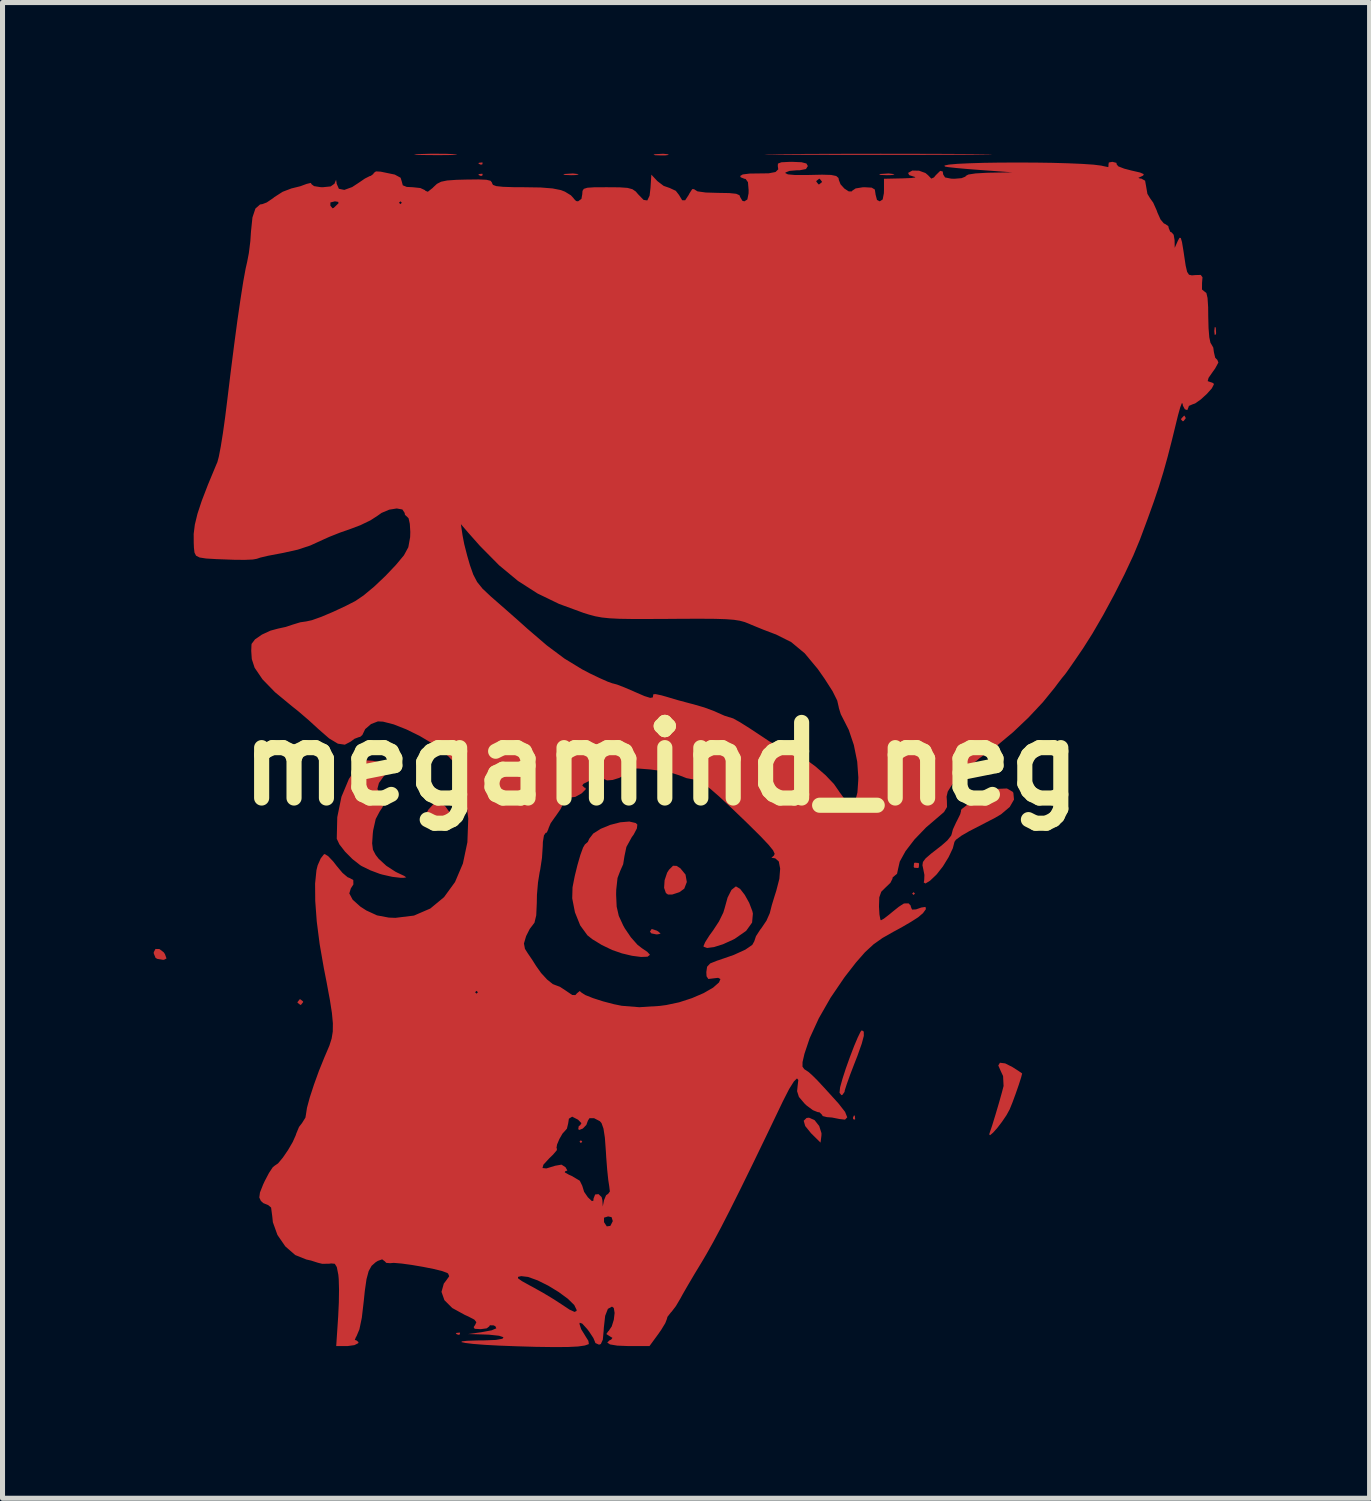
<source format=kicad_pcb>
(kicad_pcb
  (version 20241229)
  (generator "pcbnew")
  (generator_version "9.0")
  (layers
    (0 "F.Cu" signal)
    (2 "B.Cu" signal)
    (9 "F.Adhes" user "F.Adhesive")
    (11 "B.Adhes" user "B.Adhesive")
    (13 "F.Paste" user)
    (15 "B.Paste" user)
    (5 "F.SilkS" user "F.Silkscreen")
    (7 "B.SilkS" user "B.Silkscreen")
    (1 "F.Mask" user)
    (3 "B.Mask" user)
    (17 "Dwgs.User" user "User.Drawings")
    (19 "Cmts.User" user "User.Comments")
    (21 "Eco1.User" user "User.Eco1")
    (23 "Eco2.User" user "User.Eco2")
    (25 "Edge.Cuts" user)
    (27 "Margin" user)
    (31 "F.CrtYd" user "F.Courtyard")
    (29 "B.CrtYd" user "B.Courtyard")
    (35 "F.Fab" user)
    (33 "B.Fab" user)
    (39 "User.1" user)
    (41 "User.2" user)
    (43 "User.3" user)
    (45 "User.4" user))
  (footprint "megamind_neg"
    (layer "F.Cu")
    (at 10.07 12.106)
    (property "Reference" "megamind_neg" (at 0 0 0) (layer "F.SilkS") (effects (font (size 1.5 1.5) (thickness 0.3))))
    (attr board_only exclude_from_pos_files exclude_from_bom)
    (fp_poly (pts (xy -1.567 7.497) (xy -1.594 7.525) (xy -1.622 7.497) (xy -1.594 7.469)) (stroke (width 0) (type solid)) (fill yes) (layer "F.Cu"))
    (fp_poly (pts (xy 5.035 2.574) (xy 5.007 2.602) (xy 4.979 2.574) (xy 5.007 2.546)) (stroke (width 0) (type solid)) (fill yes) (layer "F.Cu"))
    (fp_poly (pts (xy -3.991 11.292) (xy -3.999 11.325) (xy -4.028 11.329) (xy -4.074 11.309) (xy -4.065 11.292) (xy -3.999 11.285)) (stroke (width 0) (type solid)) (fill yes) (layer "F.Cu"))
    (fp_poly (pts (xy -3.543 -11.926) (xy -3.551 -11.893) (xy -3.581 -11.889) (xy -3.627 -11.909) (xy -3.618 -11.926) (xy -3.552 -11.933)) (stroke (width 0) (type solid)) (fill yes) (layer "F.Cu"))
    (fp_poly (pts (xy -3.543 -11.702) (xy -3.551 -11.669) (xy -3.581 -11.665) (xy -3.627 -11.685) (xy -3.618 -11.702) (xy -3.552 -11.709)) (stroke (width 0) (type solid)) (fill yes) (layer "F.Cu"))
    (fp_poly (pts (xy 3.842 6.984) (xy 3.848 7.05) (xy 3.842 7.059) (xy 3.808 7.051) (xy 3.804 7.021) (xy 3.825 6.975)) (stroke (width 0) (type solid)) (fill yes) (layer "F.Cu"))
    (fp_poly (pts (xy 11.003 -8.658) (xy 11.01 -8.543) (xy 11.003 -8.518) (xy 10.982 -8.511) (xy 10.974 -8.588) (xy 10.983 -8.667)) (stroke (width 0) (type solid)) (fill yes) (layer "F.Cu"))
    (fp_poly (pts (xy -7.107 4.714) (xy -7.105 4.728) (xy -7.148 4.782) (xy -7.161 4.783) (xy -7.216 4.741) (xy -7.217 4.728) (xy -7.175 4.673) (xy -7.161 4.672)) (stroke (width 0) (type solid)) (fill yes) (layer "F.Cu"))
    (fp_poly (pts (xy -1.664 -11.704) (xy -1.638 -11.691) (xy -1.708 -11.682) (xy -1.79 -11.68) (xy -1.911 -11.685) (xy -1.945 -11.696) (xy -1.916 -11.704) (xy -1.753 -11.714)) (stroke (width 0) (type solid)) (fill yes) (layer "F.Cu"))
    (fp_poly (pts (xy -0.087 3.31) (xy -0.056 3.329) (xy -0.012 3.37) (xy -0.068 3.383) (xy -0.098 3.384) (xy -0.196 3.364) (xy -0.224 3.329) (xy -0.189 3.277)) (stroke (width 0) (type solid)) (fill yes) (layer "F.Cu"))
    (fp_poly (pts (xy 0.126 -12.096) (xy 0.152 -12.082) (xy 0.082 -12.073) (xy 0 -12.072) (xy -0.121 -12.076) (xy -0.154 -12.087) (xy -0.126 -12.096) (xy 0.037 -12.105)) (stroke (width 0) (type solid)) (fill yes) (layer "F.Cu"))
    (fp_poly (pts (xy 4.602 -11.704) (xy 4.628 -11.691) (xy 4.558 -11.682) (xy 4.476 -11.68) (xy 4.355 -11.685) (xy 4.322 -11.696) (xy 4.35 -11.704) (xy 4.513 -11.714)) (stroke (width 0) (type solid)) (fill yes) (layer "F.Cu"))
    (fp_poly (pts (xy 5.104 1.967) (xy 5.116 1.981) (xy 5.111 2.054) (xy 5.096 2.067) (xy 5.023 2.062) (xy 5.01 2.047) (xy 5.016 1.974) (xy 5.03 1.961)) (stroke (width 0) (type solid)) (fill yes) (layer "F.Cu"))
    (fp_poly (pts (xy 10.406 -6.866) (xy 10.406 -6.854) (xy 10.363 -6.8) (xy 10.347 -6.798) (xy 10.314 -6.832) (xy 10.322 -6.854) (xy 10.373 -6.907) (xy 10.381 -6.909)) (stroke (width 0) (type solid)) (fill yes) (layer "F.Cu"))
    (fp_poly (pts (xy 3.043 7.07) (xy 3.135 7.187) (xy 3.18 7.329) (xy 3.179 7.376) (xy 3.161 7.516) (xy 2.973 7.33) (xy 2.857 7.187) (xy 2.827 7.082) (xy 2.883 7.027) (xy 2.932 7.021)) (stroke (width 0) (type solid)) (fill yes) (layer "F.Cu"))
    (fp_poly (pts (xy -9.956 3.675) (xy -9.871 3.74) (xy -9.847 3.776) (xy -9.816 3.862) (xy -9.865 3.888) (xy -9.891 3.888) (xy -9.999 3.87) (xy -10.033 3.851) (xy -10.068 3.766) (xy -10.07 3.739) (xy -10.035 3.673)) (stroke (width 0) (type solid)) (fill yes) (layer "F.Cu"))
    (fp_poly (pts (xy -4.284 0.843) (xy -4.207 0.951) (xy -4.214 1.065) (xy -4.254 1.151) (xy -4.344 1.245) (xy -4.465 1.237) (xy -4.589 1.157) (xy -4.672 1.08) (xy -4.68 1.014) (xy -4.618 0.906) (xy -4.617 0.905) (xy -4.504 0.782) (xy -4.392 0.768)) (stroke (width 0) (type solid)) (fill yes) (layer "F.Cu"))
    (fp_poly (pts (xy -4.269 -12.104) (xy -4.126 -12.098) (xy -4.047 -12.091) (xy -4.071 -12.085) (xy -4.189 -12.08) (xy -4.392 -12.078) (xy -4.476 -12.078) (xy -4.704 -12.08) (xy -4.851 -12.083) (xy -4.907 -12.089) (xy -4.863 -12.096) (xy -4.825 -12.098) (xy -4.559 -12.106)) (stroke (width 0) (type solid)) (fill yes) (layer "F.Cu"))
    (fp_poly (pts (xy 0.305 2.025) (xy 0.378 2.071) (xy 0.482 2.197) (xy 0.508 2.345) (xy 0.457 2.477) (xy 0.36 2.547) (xy 0.216 2.594) (xy 0.134 2.593) (xy 0.093 2.564) (xy 0.057 2.461) (xy 0.067 2.31) (xy 0.117 2.16) (xy 0.154 2.102) (xy 0.234 2.022)) (stroke (width 0) (type solid)) (fill yes) (layer "F.Cu"))
    (fp_poly (pts (xy 4.019 5.313) (xy 4.02 5.398) (xy 3.978 5.555) (xy 3.893 5.795) (xy 3.832 5.951) (xy 3.747 6.172) (xy 3.681 6.357) (xy 3.642 6.479) (xy 3.637 6.51) (xy 3.594 6.57) (xy 3.575 6.574) (xy 3.538 6.527) (xy 3.549 6.42) (xy 3.597 6.248) (xy 3.665 6.038) (xy 3.745 5.815) (xy 3.826 5.603) (xy 3.9 5.428) (xy 3.955 5.315) (xy 3.98 5.287)) (stroke (width 0) (type solid)) (fill yes) (layer "F.Cu"))
    (fp_poly (pts (xy 1.565 2.481) (xy 1.658 2.601) (xy 1.746 2.759) (xy 1.808 2.922) (xy 1.819 2.972) (xy 1.803 3.15) (xy 1.685 3.314) (xy 1.46 3.471) (xy 1.419 3.492) (xy 1.225 3.58) (xy 1.047 3.636) (xy 0.911 3.654) (xy 0.843 3.63) (xy 0.839 3.616) (xy 0.871 3.54) (xy 0.953 3.41) (xy 1.03 3.304) (xy 1.146 3.127) (xy 1.232 2.951) (xy 1.257 2.869) (xy 1.317 2.653) (xy 1.394 2.501) (xy 1.476 2.435) (xy 1.487 2.434)) (stroke (width 0) (type solid)) (fill yes) (layer "F.Cu"))
    (fp_poly (pts (xy 5.026 -12.104) (xy 5.657 -12.102) (xy 6.14 -12.099) (xy 6.39 -12.096) (xy 6.532 -12.094) (xy 6.569 -12.091) (xy 6.507 -12.089) (xy 6.349 -12.087) (xy 6.098 -12.086) (xy 5.76 -12.085) (xy 5.337 -12.084) (xy 4.834 -12.083) (xy 4.308 -12.083) (xy 3.735 -12.083) (xy 3.239 -12.084) (xy 2.823 -12.085) (xy 2.492 -12.086) (xy 2.249 -12.088) (xy 2.099 -12.089) (xy 2.046 -12.092) (xy 2.092 -12.094) (xy 2.244 -12.096) (xy 2.476 -12.099) (xy 3.041 -12.102) (xy 3.68 -12.104) (xy 4.354 -12.105)) (stroke (width 0) (type solid)) (fill yes) (layer "F.Cu"))
    (fp_poly (pts (xy 6.825 5.944) (xy 6.966 6.015) (xy 7.087 6.092) (xy 7.155 6.139) (xy 7.161 6.145) (xy 7.141 6.224) (xy 7.094 6.371) (xy 7.032 6.549) (xy 6.969 6.72) (xy 6.917 6.848) (xy 6.915 6.854) (xy 6.851 6.971) (xy 6.763 7.101) (xy 6.669 7.224) (xy 6.584 7.319) (xy 6.525 7.369) (xy 6.508 7.353) (xy 6.515 7.329) (xy 6.567 7.174) (xy 6.633 6.959) (xy 6.702 6.726) (xy 6.76 6.519) (xy 6.793 6.392) (xy 6.783 6.195) (xy 6.74 6.103) (xy 6.688 5.985) (xy 6.721 5.931)) (stroke (width 0) (type solid)) (fill yes) (layer "F.Cu"))
    (fp_poly (pts (xy 6.974 0.555) (xy 6.987 0.575) (xy 7 0.709) (xy 6.915 0.856) (xy 6.742 1.002) (xy 6.617 1.075) (xy 6.443 1.165) (xy 6.231 1.275) (xy 6.112 1.336) (xy 5.955 1.427) (xy 5.848 1.506) (xy 5.819 1.547) (xy 5.786 1.675) (xy 5.702 1.852) (xy 5.588 2.037) (xy 5.464 2.195) (xy 5.463 2.196) (xy 5.334 2.319) (xy 5.244 2.374) (xy 5.209 2.355) (xy 5.218 2.308) (xy 5.222 2.204) (xy 5.2 2.091) (xy 5.183 2.012) (xy 5.193 1.947) (xy 5.245 1.877) (xy 5.356 1.781) (xy 5.54 1.638) (xy 5.553 1.629) (xy 5.678 1.519) (xy 5.753 1.424) (xy 5.763 1.394) (xy 5.788 1.299) (xy 5.853 1.159) (xy 5.873 1.121) (xy 5.933 0.999) (xy 5.951 0.929) (xy 5.944 0.923) (xy 5.965 0.895) (xy 6.06 0.822) (xy 6.204 0.721) (xy 6.46 0.575) (xy 6.684 0.496) (xy 6.86 0.489)) (stroke (width 0) (type solid)) (fill yes) (layer "F.Cu"))
    (fp_poly (pts (xy -5.723 -0.06) (xy -5.703 -0.057) (xy -5.504 -0.01) (xy -5.408 0.044) (xy -5.407 0.12) (xy -5.49 0.23) (xy -5.505 0.246) (xy -5.601 0.38) (xy -5.632 0.498) (xy -5.595 0.574) (xy -5.541 0.587) (xy -5.49 0.63) (xy -5.488 0.733) (xy -5.528 0.858) (xy -5.587 0.947) (xy -5.665 1.094) (xy -5.716 1.321) (xy -5.723 1.385) (xy -5.736 1.578) (xy -5.72 1.704) (xy -5.665 1.809) (xy -5.607 1.883) (xy -5.456 2.022) (xy -5.271 2.142) (xy -5.233 2.161) (xy -5.099 2.224) (xy -5.059 2.253) (xy -5.107 2.261) (xy -5.175 2.261) (xy -5.337 2.242) (xy -5.532 2.198) (xy -5.582 2.184) (xy -5.771 2.113) (xy -5.941 2.03) (xy -5.974 2.01) (xy -6.127 1.89) (xy -6.273 1.743) (xy -6.385 1.599) (xy -6.437 1.489) (xy -6.438 1.483) (xy -6.428 1.059) (xy -6.345 0.654) (xy -6.196 0.298) (xy -6.057 0.092) (xy -5.947 -0.025) (xy -5.851 -0.069)) (stroke (width 0) (type solid)) (fill yes) (layer "F.Cu"))
    (fp_poly (pts (xy -0.507 1.174) (xy -0.474 1.205) (xy -0.483 1.282) (xy -0.547 1.404) (xy -0.583 1.453) (xy -0.691 1.649) (xy -0.729 1.829) (xy -0.755 1.993) (xy -0.813 2.123) (xy -0.867 2.265) (xy -0.893 2.501) (xy -0.895 2.598) (xy -0.884 2.834) (xy -0.842 3.017) (xy -0.755 3.206) (xy -0.723 3.264) (xy -0.602 3.442) (xy -0.471 3.59) (xy -0.388 3.655) (xy -0.277 3.73) (xy -0.225 3.787) (xy -0.224 3.79) (xy -0.272 3.827) (xy -0.399 3.832) (xy -0.578 3.809) (xy -0.78 3.761) (xy -0.973 3.694) (xy -1.179 3.595) (xy -1.367 3.48) (xy -1.464 3.403) (xy -1.607 3.207) (xy -1.712 2.946) (xy -1.766 2.669) (xy -1.76 2.451) (xy -1.716 2.227) (xy -1.661 2.004) (xy -1.604 1.807) (xy -1.551 1.662) (xy -1.512 1.596) (xy -1.507 1.594) (xy -1.456 1.549) (xy -1.428 1.486) (xy -1.349 1.383) (xy -1.2 1.289) (xy -1.011 1.211) (xy -0.812 1.16) (xy -0.634 1.145)) (stroke (width 0) (type solid)) (fill yes) (layer "F.Cu"))
    (fp_poly (pts (xy 9.032 -11.925) (xy 9.038 -11.893) (xy 9.07 -11.855) (xy 9.186 -11.81) (xy 9.328 -11.773) (xy 9.501 -11.733) (xy 9.575 -11.701) (xy 9.562 -11.672) (xy 9.539 -11.661) (xy 9.467 -11.627) (xy 9.498 -11.614) (xy 9.525 -11.613) (xy 9.601 -11.571) (xy 9.623 -11.448) (xy 9.647 -11.309) (xy 9.698 -11.225) (xy 9.762 -11.135) (xy 9.829 -10.986) (xy 9.846 -10.938) (xy 9.908 -10.8) (xy 9.975 -10.721) (xy 9.996 -10.714) (xy 10.062 -10.669) (xy 10.07 -10.63) (xy 10.101 -10.556) (xy 10.126 -10.546) (xy 10.168 -10.498) (xy 10.186 -10.392) (xy 10.189 -10.238) (xy 10.251 -10.378) (xy 10.284 -10.438) (xy 10.309 -10.434) (xy 10.333 -10.353) (xy 10.362 -10.179) (xy 10.374 -10.098) (xy 10.406 -9.886) (xy 10.435 -9.762) (xy 10.472 -9.705) (xy 10.53 -9.692) (xy 10.595 -9.698) (xy 10.705 -9.701) (xy 10.74 -9.654) (xy 10.731 -9.544) (xy 10.73 -9.412) (xy 10.78 -9.371) (xy 10.817 -9.342) (xy 10.84 -9.244) (xy 10.852 -9.061) (xy 10.854 -8.871) (xy 10.86 -8.645) (xy 10.875 -8.463) (xy 10.898 -8.354) (xy 10.91 -8.336) (xy 10.954 -8.259) (xy 10.966 -8.17) (xy 10.992 -8.058) (xy 11.035 -8.014) (xy 11.055 -7.962) (xy 10.99 -7.843) (xy 10.949 -7.786) (xy 10.86 -7.658) (xy 10.843 -7.594) (xy 10.879 -7.581) (xy 10.955 -7.554) (xy 10.966 -7.529) (xy 10.925 -7.45) (xy 10.827 -7.34) (xy 10.705 -7.229) (xy 10.594 -7.151) (xy 10.542 -7.133) (xy 10.47 -7.102) (xy 10.462 -7.077) (xy 10.439 -7.019) (xy 10.39 -7.035) (xy 10.351 -7.107) (xy 10.345 -7.147) (xy 10.331 -7.158) (xy 10.299 -7.076) (xy 10.255 -6.919) (xy 10.239 -6.854) (xy 10.136 -6.433) (xy 10.047 -6.087) (xy 9.963 -5.786) (xy 9.875 -5.5) (xy 9.773 -5.198) (xy 9.648 -4.851) (xy 9.498 -4.448) (xy 9.368 -4.135) (xy 9.192 -3.76) (xy 8.988 -3.357) (xy 8.771 -2.955) (xy 8.558 -2.588) (xy 8.372 -2.294) (xy 8.231 -2.087) (xy 8.112 -1.915) (xy 8.031 -1.8) (xy 8.001 -1.762) (xy 7.953 -1.704) (xy 7.864 -1.588) (xy 7.807 -1.511) (xy 7.572 -1.222) (xy 7.285 -0.916) (xy 6.978 -0.625) (xy 6.683 -0.379) (xy 6.535 -0.273) (xy 6.309 -0.106) (xy 6.079 0.089) (xy 5.9 0.266) (xy 5.759 0.432) (xy 5.685 0.551) (xy 5.662 0.653) (xy 5.668 0.728) (xy 5.671 0.857) (xy 5.612 0.956) (xy 5.519 1.036) (xy 5.255 1.262) (xy 5.025 1.501) (xy 4.847 1.733) (xy 4.733 1.94) (xy 4.7 2.084) (xy 4.679 2.182) (xy 4.644 2.21) (xy 4.592 2.254) (xy 4.588 2.281) (xy 4.547 2.362) (xy 4.451 2.454) (xy 4.366 2.538) (xy 4.327 2.648) (xy 4.321 2.826) (xy 4.321 2.831) (xy 4.33 2.989) (xy 4.348 3.088) (xy 4.359 3.105) (xy 4.418 3.072) (xy 4.528 2.987) (xy 4.588 2.937) (xy 4.713 2.837) (xy 4.804 2.777) (xy 4.825 2.77) (xy 4.909 2.769) (xy 4.95 2.814) (xy 4.954 2.839) (xy 4.977 2.892) (xy 5.056 2.888) (xy 5.161 2.851) (xy 5.244 2.839) (xy 5.252 2.883) (xy 5.193 2.964) (xy 5.096 3.046) (xy 4.957 3.135) (xy 4.765 3.247) (xy 4.606 3.333) (xy 4.391 3.455) (xy 4.212 3.582) (xy 4.044 3.737) (xy 3.865 3.941) (xy 3.652 4.215) (xy 3.629 4.246) (xy 3.361 4.64) (xy 3.127 5.049) (xy 2.946 5.443) (xy 2.842 5.753) (xy 2.804 5.918) (xy 2.803 6.009) (xy 2.84 6.06) (xy 2.869 6.078) (xy 2.924 6.115) (xy 2.994 6.177) (xy 3.095 6.277) (xy 3.238 6.431) (xy 3.437 6.65) (xy 3.518 6.74) (xy 3.648 6.906) (xy 3.691 7.014) (xy 3.647 7.06) (xy 3.539 7.048) (xy 3.389 7.018) (xy 3.287 7.01) (xy 3.204 6.989) (xy 3.189 6.962) (xy 3.143 6.916) (xy 3.101 6.909) (xy 3.009 6.872) (xy 2.884 6.779) (xy 2.842 6.739) (xy 2.732 6.609) (xy 2.696 6.496) (xy 2.705 6.404) (xy 2.72 6.274) (xy 2.694 6.242) (xy 2.632 6.303) (xy 2.538 6.453) (xy 2.419 6.686) (xy 2.412 6.7) (xy 2.09 7.372) (xy 1.81 7.951) (xy 1.568 8.445) (xy 1.36 8.861) (xy 1.182 9.208) (xy 1.029 9.494) (xy 0.898 9.727) (xy 0.811 9.875) (xy 0.666 10.114) (xy 0.532 10.341) (xy 0.426 10.525) (xy 0.378 10.613) (xy 0.291 10.76) (xy 0.208 10.869) (xy 0.192 10.885) (xy 0.123 10.974) (xy 0.112 11.017) (xy 0.081 11.097) (xy 0.001 11.229) (xy -0.061 11.318) (xy -0.233 11.553) (xy -0.648 11.553) (xy -0.872 11.544) (xy -1.016 11.52) (xy -1.071 11.483) (xy -1.027 11.439) (xy -0.993 11.424) (xy -0.968 11.39) (xy -1.023 11.357) (xy -1.089 11.314) (xy -1.053 11.261) (xy -1.043 11.253) (xy -0.982 11.163) (xy -0.941 11.031) (xy -0.925 10.896) (xy -0.941 10.797) (xy -0.977 10.77) (xy -1.058 10.814) (xy -1.112 10.952) (xy -1.139 11.191) (xy -1.142 11.245) (xy -1.159 11.426) (xy -1.198 11.512) (xy -1.234 11.525) (xy -1.306 11.493) (xy -1.315 11.468) (xy -1.347 11.392) (xy -1.428 11.269) (xy -1.468 11.216) (xy -1.567 11.107) (xy -1.617 11.09) (xy -1.622 11.112) (xy -1.589 11.217) (xy -1.51 11.345) (xy -1.51 11.346) (xy -1.445 11.45) (xy -1.436 11.512) (xy -1.44 11.515) (xy -1.517 11.542) (xy -1.65 11.561) (xy -1.848 11.571) (xy -2.124 11.573) (xy -2.491 11.568) (xy -2.863 11.557) (xy -3.212 11.544) (xy -3.504 11.528) (xy -3.732 11.51) (xy -3.888 11.491) (xy -3.965 11.474) (xy -3.955 11.459) (xy -3.852 11.448) (xy -3.648 11.441) (xy -3.52 11.44) (xy -3.28 11.431) (xy -3.15 11.407) (xy -3.13 11.377) (xy -3.218 11.348) (xy -3.415 11.327) (xy -3.525 11.323) (xy -3.832 11.314) (xy -3.569 11.278) (xy -3.365 11.24) (xy -3.272 11.201) (xy -3.291 11.159) (xy -3.326 11.142) (xy -3.4 11.14) (xy -3.413 11.163) (xy -3.462 11.201) (xy -3.58 11.217) (xy -3.587 11.217) (xy -3.701 11.21) (xy -3.722 11.177) (xy -3.693 11.134) (xy -3.668 11.079) (xy -3.708 11.028) (xy -3.831 10.964) (xy -3.896 10.935) (xy -4.146 10.798) (xy -4.302 10.642) (xy -4.36 10.477) (xy -4.314 10.313) (xy -4.268 10.253) (xy -4.216 10.18) (xy -2.842 10.18) (xy -2.841 10.209) (xy -2.762 10.265) (xy -2.596 10.357) (xy -2.567 10.372) (xy -2.348 10.494) (xy -2.132 10.624) (xy -1.986 10.719) (xy -1.817 10.831) (xy -1.72 10.875) (xy -1.681 10.857) (xy -1.678 10.837) (xy -1.726 10.738) (xy -1.853 10.614) (xy -2.034 10.481) (xy -2.242 10.354) (xy -2.453 10.249) (xy -2.642 10.181) (xy -2.778 10.165) (xy -2.842 10.18) (xy -4.216 10.18) (xy -4.207 10.167) (xy -4.229 10.114) (xy -4.248 10.101) (xy -4.345 10.065) (xy -4.515 10.023) (xy -4.726 9.981) (xy -4.949 9.943) (xy -5.152 9.915) (xy -5.307 9.902) (xy -5.38 9.908) (xy -5.456 9.902) (xy -5.484 9.872) (xy -5.537 9.832) (xy -5.624 9.863) (xy -5.667 9.89) (xy -5.747 9.961) (xy -5.805 10.065) (xy -5.848 10.226) (xy -5.882 10.463) (xy -5.902 10.658) (xy -5.941 10.992) (xy -5.989 11.222) (xy -6.047 11.36) (xy -6.056 11.371) (xy -6.08 11.431) (xy -6.046 11.441) (xy -6.006 11.475) (xy -6.014 11.497) (xy -6.088 11.534) (xy -6.225 11.553) (xy -6.249 11.553) (xy -6.449 11.553) (xy -6.41 10.967) (xy -6.397 10.692) (xy -6.393 10.431) (xy -6.399 10.221) (xy -6.407 10.137) (xy -6.437 9.986) (xy -6.477 9.92) (xy -6.55 9.913) (xy -6.578 9.918) (xy -6.725 9.921) (xy -6.811 9.9) (xy -6.948 9.856) (xy -7.041 9.835) (xy -7.261 9.747) (xy -7.459 9.575) (xy -7.615 9.348) (xy -7.706 9.095) (xy -7.715 9.005) (xy -1.135 9.005) (xy -1.135 9.094) (xy -1.08 9.178) (xy -1.009 9.168) (xy -0.961 9.073) (xy -0.985 8.995) (xy -1.054 8.98) (xy -1.135 9.005) (xy -7.715 9.005) (xy -7.721 8.954) (xy -7.741 8.804) (xy -7.798 8.756) (xy -7.896 8.716) (xy -7.944 8.672) (xy -7.975 8.605) (xy -7.962 8.506) (xy -7.9 8.349) (xy -7.868 8.28) (xy -7.783 8.118) (xy -7.718 8.02) (xy -2.356 8.02) (xy -2.279 8.028) (xy -2.108 7.976) (xy -2.106 7.975) (xy -1.979 7.953) (xy -1.9 8.003) (xy -1.862 8.069) (xy -1.909 8.087) (xy -1.913 8.107) (xy -1.831 8.153) (xy -1.776 8.177) (xy -1.616 8.272) (xy -1.567 8.372) (xy -1.53 8.492) (xy -1.455 8.601) (xy -1.376 8.676) (xy -1.346 8.668) (xy -1.343 8.626) (xy -1.311 8.545) (xy -1.244 8.538) (xy -1.183 8.596) (xy -1.167 8.658) (xy -1.16 8.784) (xy -1.135 8.658) (xy -1.094 8.56) (xy -1.053 8.532) (xy -1.019 8.485) (xy -1.032 8.378) (xy -1.051 8.255) (xy -1.072 8.054) (xy -1.091 7.811) (xy -1.098 7.693) (xy -1.118 7.418) (xy -1.146 7.237) (xy -1.184 7.13) (xy -1.217 7.091) (xy -1.333 7.031) (xy -1.424 7.031) (xy -1.455 7.081) (xy -1.486 7.165) (xy -1.556 7.237) (xy -1.625 7.264) (xy -1.647 7.25) (xy -1.636 7.188) (xy -1.609 7.172) (xy -1.583 7.13) (xy -1.65 7.061) (xy -1.767 7.001) (xy -1.832 7.041) (xy -1.846 7.133) (xy -1.871 7.238) (xy -1.899 7.271) (xy -1.959 7.337) (xy -2.021 7.445) (xy -2.067 7.554) (xy -2.079 7.626) (xy -2.067 7.637) (xy -2.074 7.67) (xy -2.148 7.756) (xy -2.225 7.831) (xy -2.338 7.954) (xy -2.356 8.02) (xy -7.718 8.02) (xy -7.709 8.006) (xy -7.668 7.972) (xy -7.603 7.928) (xy -7.508 7.814) (xy -7.404 7.662) (xy -7.311 7.502) (xy -7.25 7.365) (xy -7.243 7.34) (xy -7.187 7.205) (xy -7.128 7.129) (xy -7.06 7.02) (xy -7.049 6.956) (xy -7.029 6.825) (xy -6.973 6.618) (xy -6.89 6.364) (xy -6.791 6.09) (xy -6.683 5.823) (xy -6.646 5.737) (xy -6.583 5.588) (xy -6.54 5.452) (xy -6.517 5.312) (xy -6.515 5.149) (xy -6.534 4.944) (xy -6.575 4.68) (xy -6.603 4.532) (xy -3.693 4.532) (xy -3.665 4.56) (xy -3.637 4.532) (xy -3.665 4.504) (xy -3.693 4.532) (xy -6.603 4.532) (xy -6.639 4.336) (xy -6.694 4.056) (xy -6.777 3.58) (xy -6.779 3.565) (xy -2.724 3.565) (xy -2.704 3.67) (xy -2.65 3.756) (xy -2.555 3.896) (xy -2.483 4.01) (xy -2.383 4.151) (xy -2.263 4.281) (xy -2.152 4.37) (xy -2.096 4.392) (xy -2.01 4.424) (xy -1.889 4.503) (xy -1.876 4.512) (xy -1.766 4.587) (xy -1.703 4.588) (xy -1.673 4.554) (xy -1.617 4.508) (xy -1.581 4.54) (xy -1.506 4.588) (xy -1.353 4.649) (xy -1.154 4.713) (xy -0.94 4.769) (xy -0.783 4.801) (xy -0.434 4.829) (xy -0.026 4.803) (xy 0.1 4.786) (xy 0.355 4.732) (xy 0.61 4.649) (xy 0.842 4.549) (xy 1.029 4.441) (xy 1.146 4.338) (xy 1.175 4.27) (xy 1.129 4.246) (xy 1.035 4.257) (xy 0.935 4.269) (xy 0.899 4.215) (xy 0.895 4.132) (xy 0.91 4.026) (xy 0.972 3.96) (xy 1.112 3.904) (xy 1.133 3.898) (xy 1.441 3.791) (xy 1.669 3.687) (xy 1.807 3.592) (xy 1.846 3.522) (xy 1.88 3.42) (xy 1.965 3.289) (xy 1.986 3.263) (xy 2.088 3.112) (xy 2.154 2.963) (xy 2.158 2.947) (xy 2.194 2.805) (xy 2.252 2.615) (xy 2.283 2.518) (xy 2.344 2.281) (xy 2.36 2.08) (xy 2.333 1.938) (xy 2.262 1.875) (xy 2.248 1.873) (xy 2.187 1.864) (xy 2.23 1.825) (xy 2.236 1.821) (xy 2.251 1.785) (xy 2.219 1.716) (xy 2.129 1.605) (xy 1.975 1.442) (xy 1.747 1.216) (xy 1.694 1.164) (xy 1.392 0.874) (xy 1.156 0.654) (xy 0.976 0.497) (xy 0.841 0.394) (xy 0.738 0.334) (xy 0.658 0.31) (xy 0.629 0.308) (xy 0.502 0.284) (xy 0.358 0.228) (xy 0.223 0.185) (xy 0.018 0.143) (xy -0.215 0.112) (xy -0.238 0.11) (xy -0.46 0.093) (xy -0.593 0.094) (xy -0.656 0.114) (xy -0.671 0.152) (xy -0.718 0.216) (xy -0.83 0.278) (xy -0.964 0.32) (xy -1.076 0.329) (xy -1.119 0.308) (xy -1.186 0.29) (xy -1.309 0.307) (xy -1.443 0.346) (xy -1.542 0.395) (xy -1.567 0.429) (xy -1.523 0.473) (xy -1.503 0.476) (xy -1.497 0.504) (xy -1.566 0.574) (xy -1.582 0.588) (xy -1.705 0.656) (xy -1.806 0.668) (xy -1.808 0.667) (xy -1.89 0.685) (xy -1.933 0.765) (xy -1.997 0.898) (xy -2.098 1.044) (xy -2.106 1.053) (xy -2.194 1.179) (xy -2.237 1.281) (xy -2.238 1.291) (xy -2.27 1.363) (xy -2.294 1.371) (xy -2.327 1.421) (xy -2.348 1.549) (xy -2.351 1.636) (xy -2.366 1.867) (xy -2.402 2.104) (xy -2.413 2.154) (xy -2.445 2.353) (xy -2.466 2.598) (xy -2.469 2.765) (xy -2.48 3.006) (xy -2.515 3.152) (xy -2.539 3.184) (xy -2.609 3.276) (xy -2.68 3.417) (xy -2.683 3.426) (xy -2.724 3.565) (xy -6.779 3.565) (xy -6.835 3.128) (xy -6.865 2.721) (xy -6.868 2.376) (xy -6.841 2.111) (xy -6.817 2.014) (xy -6.756 1.876) (xy -6.694 1.797) (xy -6.676 1.79) (xy -6.608 1.832) (xy -6.506 1.94) (xy -6.438 2.028) (xy -6.325 2.163) (xy -6.224 2.249) (xy -6.182 2.266) (xy -6.11 2.305) (xy -6.108 2.393) (xy -6.159 2.472) (xy -6.189 2.571) (xy -6.123 2.695) (xy -5.971 2.832) (xy -5.852 2.909) (xy -5.639 3.007) (xy -5.405 3.051) (xy -5.275 3.056) (xy -4.906 3.011) (xy -4.582 2.871) (xy -4.309 2.645) (xy -4.091 2.345) (xy -3.935 1.978) (xy -3.846 1.555) (xy -3.829 1.086) (xy -3.889 0.582) (xy -3.945 0.325) (xy -4.003 0.143) (xy -4.085 0.002) (xy -4.209 -0.134) (xy -4.344 -0.256) (xy -4.547 -0.408) (xy -4.795 -0.555) (xy -5.058 -0.684) (xy -5.309 -0.783) (xy -5.519 -0.837) (xy -5.621 -0.842) (xy -5.757 -0.79) (xy -5.874 -0.689) (xy -5.928 -0.577) (xy -5.929 -0.573) (xy -5.975 -0.534) (xy -5.996 -0.531) (xy -6.086 -0.497) (xy -6.162 -0.441) (xy -6.278 -0.38) (xy -6.416 -0.4) (xy -6.589 -0.504) (xy -6.798 -0.686) (xy -6.989 -0.861) (xy -7.194 -1.037) (xy -7.329 -1.145) (xy -7.662 -1.42) (xy -7.911 -1.676) (xy -8.068 -1.907) (xy -8.124 -2.078) (xy -8.135 -2.242) (xy -8.13 -2.367) (xy -8.127 -2.381) (xy -8.06 -2.47) (xy -7.922 -2.565) (xy -7.753 -2.643) (xy -7.604 -2.683) (xy -7.449 -2.717) (xy -7.311 -2.763) (xy -7.16 -2.809) (xy -7.047 -2.825) (xy -6.932 -2.85) (xy -6.744 -2.917) (xy -6.51 -3.016) (xy -6.254 -3.136) (xy -6.07 -3.23) (xy -5.905 -3.342) (xy -5.697 -3.515) (xy -5.474 -3.726) (xy -5.264 -3.947) (xy -5.105 -4.138) (xy -5.018 -4.298) (xy -4.982 -4.498) (xy -4.979 -4.6) (xy -4.988 -4.756) (xy -3.975 -4.756) (xy -3.942 -4.532) (xy -3.908 -4.357) (xy -3.85 -4.131) (xy -3.796 -3.944) (xy -3.729 -3.754) (xy -3.653 -3.609) (xy -3.545 -3.475) (xy -3.379 -3.319) (xy -3.309 -3.258) (xy -3.094 -3.07) (xy -2.869 -2.872) (xy -2.679 -2.702) (xy -2.657 -2.682) (xy -2.27 -2.35) (xy -1.919 -2.088) (xy -1.573 -1.877) (xy -1.417 -1.795) (xy -1.221 -1.701) (xy -1.061 -1.63) (xy -0.965 -1.596) (xy -0.954 -1.594) (xy -0.876 -1.573) (xy -0.727 -1.515) (xy -0.54 -1.435) (xy -0.53 -1.43) (xy -0.334 -1.345) (xy -0.219 -1.309) (xy -0.167 -1.318) (xy -0.158 -1.371) (xy -0.159 -1.379) (xy -0.114 -1.384) (xy 0.005 -1.359) (xy 0.1 -1.332) (xy 0.325 -1.265) (xy 0.571 -1.199) (xy 0.645 -1.18) (xy 0.854 -1.119) (xy 1.051 -1.046) (xy 1.115 -1.017) (xy 1.255 -0.955) (xy 1.355 -0.923) (xy 1.365 -0.922) (xy 1.432 -0.899) (xy 1.561 -0.827) (xy 1.761 -0.701) (xy 2.041 -0.516) (xy 2.121 -0.462) (xy 2.253 -0.381) (xy 2.35 -0.331) (xy 2.452 -0.29) (xy 2.607 -0.227) (xy 2.668 -0.202) (xy 2.849 -0.103) (xy 3.056 0.048) (xy 3.259 0.224) (xy 3.427 0.4) (xy 3.529 0.547) (xy 3.531 0.552) (xy 3.623 0.677) (xy 3.713 0.742) (xy 3.8 0.758) (xy 3.858 0.704) (xy 3.893 0.568) (xy 3.909 0.335) (xy 3.911 0.268) (xy 3.889 -0.043) (xy 3.822 -0.374) (xy 3.721 -0.674) (xy 3.639 -0.836) (xy 3.563 -0.984) (xy 3.524 -1.11) (xy 3.522 -1.126) (xy 3.492 -1.256) (xy 3.401 -1.439) (xy 3.243 -1.686) (xy 3.106 -1.882) (xy 2.847 -2.193) (xy 2.58 -2.415) (xy 2.277 -2.567) (xy 2.246 -2.578) (xy 2.026 -2.662) (xy 1.798 -2.755) (xy 1.743 -2.779) (xy 1.657 -2.813) (xy 1.562 -2.839) (xy 1.442 -2.858) (xy 1.283 -2.87) (xy 1.067 -2.877) (xy 0.78 -2.879) (xy 0.404 -2.878) (xy 0.177 -2.876) (xy -0.248 -2.874) (xy -0.578 -2.874) (xy -0.831 -2.878) (xy -1.026 -2.888) (xy -1.179 -2.904) (xy -1.309 -2.928) (xy -1.433 -2.961) (xy -1.539 -2.994) (xy -2.027 -3.173) (xy -2.454 -3.38) (xy -2.842 -3.629) (xy -3.215 -3.938) (xy -3.596 -4.323) (xy -3.831 -4.588) (xy -3.975 -4.756) (xy -4.988 -4.756) (xy -4.989 -4.764) (xy -5.013 -4.872) (xy -5.035 -4.895) (xy -5.085 -4.941) (xy -5.091 -4.979) (xy -5.136 -5.047) (xy -5.248 -5.067) (xy -5.397 -5.043) (xy -5.549 -4.979) (xy -5.628 -4.923) (xy -5.768 -4.832) (xy -5.969 -4.735) (xy -6.154 -4.665) (xy -6.376 -4.587) (xy -6.585 -4.504) (xy -6.714 -4.446) (xy -6.963 -4.332) (xy -7.211 -4.25) (xy -7.507 -4.184) (xy -7.608 -4.165) (xy -7.803 -4.128) (xy -7.955 -4.092) (xy -8.026 -4.068) (xy -8.105 -4.054) (xy -8.265 -4.047) (xy -8.475 -4.049) (xy -8.531 -4.051) (xy -8.828 -4.062) (xy -9.031 -4.074) (xy -9.159 -4.094) (xy -9.23 -4.13) (xy -9.261 -4.192) (xy -9.272 -4.286) (xy -9.276 -4.386) (xy -9.277 -4.562) (xy -9.254 -4.747) (xy -9.202 -4.961) (xy -9.117 -5.219) (xy -8.993 -5.541) (xy -8.826 -5.943) (xy -8.807 -5.986) (xy -8.778 -6.095) (xy -8.74 -6.293) (xy -8.697 -6.561) (xy -8.653 -6.875) (xy -8.614 -7.189) (xy -8.543 -7.772) (xy -8.474 -8.314) (xy -8.409 -8.802) (xy -8.347 -9.226) (xy -8.293 -9.571) (xy -8.246 -9.828) (xy -8.216 -9.959) (xy -8.182 -10.136) (xy -8.153 -10.369) (xy -8.14 -10.562) (xy -8.111 -10.841) (xy -8.052 -11.018) (xy -7.987 -11.075) (xy -6.565 -11.075) (xy -6.521 -11.023) (xy -6.497 -11.033) (xy -6.421 -11.106) (xy -6.406 -11.118) (xy -6.406 -11.133) (xy -5.203 -11.133) (xy -5.175 -11.106) (xy -5.147 -11.133) (xy -5.175 -11.161) (xy -5.203 -11.133) (xy -6.406 -11.133) (xy -6.407 -11.15) (xy -6.474 -11.161) (xy -6.564 -11.139) (xy -6.565 -11.075) (xy -7.987 -11.075) (xy -7.96 -11.099) (xy -7.914 -11.106) (xy -7.827 -11.139) (xy -7.703 -11.223) (xy -7.675 -11.246) (xy -7.511 -11.351) (xy -7.335 -11.418) (xy -7.321 -11.421) (xy -7.16 -11.461) (xy -7.036 -11.507) (xy -7.035 -11.507) (xy -6.953 -11.527) (xy -6.937 -11.499) (xy -6.888 -11.463) (xy -6.764 -11.443) (xy -6.718 -11.441) (xy -6.559 -11.457) (xy -6.483 -11.511) (xy -6.472 -11.539) (xy -6.452 -11.589) (xy -6.442 -11.532) (xy -6.44 -11.511) (xy -6.396 -11.41) (xy -6.288 -11.388) (xy -6.133 -11.444) (xy -6.009 -11.525) (xy -5.88 -11.613) (xy -5.783 -11.662) (xy -5.766 -11.665) (xy -5.709 -11.706) (xy -5.707 -11.722) (xy -5.66 -11.755) (xy -5.567 -11.75) (xy -5.393 -11.714) (xy -5.287 -11.692) (xy -5.171 -11.629) (xy -5.147 -11.552) (xy -5.128 -11.479) (xy -5.049 -11.447) (xy -4.928 -11.441) (xy -4.779 -11.425) (xy -4.688 -11.383) (xy -4.68 -11.371) (xy -4.631 -11.351) (xy -4.535 -11.427) (xy -4.522 -11.441) (xy -4.45 -11.508) (xy -4.368 -11.55) (xy -4.248 -11.575) (xy -4.063 -11.588) (xy -3.874 -11.593) (xy -3.625 -11.596) (xy -3.469 -11.589) (xy -3.386 -11.569) (xy -3.358 -11.533) (xy -3.357 -11.523) (xy -3.338 -11.487) (xy -3.272 -11.463) (xy -3.139 -11.449) (xy -2.924 -11.442) (xy -2.722 -11.441) (xy -2.393 -11.436) (xy -2.156 -11.417) (xy -1.99 -11.384) (xy -1.911 -11.353) (xy -1.793 -11.281) (xy -1.736 -11.22) (xy -1.734 -11.213) (xy -1.689 -11.167) (xy -1.65 -11.161) (xy -1.583 -11.21) (xy -1.567 -11.301) (xy -1.562 -11.368) (xy -1.536 -11.409) (xy -1.465 -11.431) (xy -1.329 -11.44) (xy -1.105 -11.441) (xy -1.067 -11.441) (xy -0.826 -11.439) (xy -0.67 -11.428) (xy -0.572 -11.402) (xy -0.505 -11.356) (xy -0.458 -11.301) (xy -0.349 -11.189) (xy -0.276 -11.179) (xy -0.231 -11.274) (xy -0.213 -11.426) (xy -0.196 -11.691) (xy -0.077 -11.563) (xy 0.048 -11.468) (xy 0.168 -11.426) (xy 0.289 -11.37) (xy 0.352 -11.289) (xy 0.416 -11.183) (xy 0.475 -11.182) (xy 0.544 -11.287) (xy 0.558 -11.315) (xy 0.615 -11.404) (xy 0.654 -11.403) (xy 0.655 -11.399) (xy 0.72 -11.359) (xy 0.884 -11.336) (xy 1.124 -11.329) (xy 1.352 -11.325) (xy 1.488 -11.311) (xy 1.553 -11.282) (xy 1.567 -11.245) (xy 1.611 -11.171) (xy 1.65 -11.161) (xy 1.709 -11.198) (xy 1.733 -11.321) (xy 1.734 -11.385) (xy 1.721 -11.541) (xy 1.712 -11.553) (xy 3.077 -11.553) (xy 3.12 -11.499) (xy 3.133 -11.497) (xy 3.187 -11.54) (xy 3.189 -11.553) (xy 3.146 -11.607) (xy 3.133 -11.609) (xy 3.079 -11.566) (xy 3.077 -11.553) (xy 1.712 -11.553) (xy 1.675 -11.605) (xy 1.65 -11.609) (xy 1.576 -11.639) (xy 1.567 -11.665) (xy 1.618 -11.695) (xy 1.754 -11.712) (xy 1.896 -11.714) (xy 2.131 -11.717) (xy 2.268 -11.743) (xy 2.322 -11.796) (xy 2.313 -11.863) (xy 2.316 -11.91) (xy 2.384 -11.936) (xy 2.538 -11.944) (xy 2.596 -11.945) (xy 2.783 -11.937) (xy 2.881 -11.912) (xy 2.909 -11.862) (xy 2.909 -11.861) (xy 2.872 -11.802) (xy 2.75 -11.778) (xy 2.685 -11.777) (xy 2.545 -11.765) (xy 2.467 -11.734) (xy 2.462 -11.722) (xy 2.514 -11.696) (xy 2.66 -11.683) (xy 2.881 -11.683) (xy 2.923 -11.684) (xy 3.193 -11.69) (xy 3.37 -11.685) (xy 3.472 -11.664) (xy 3.517 -11.625) (xy 3.525 -11.584) (xy 3.558 -11.499) (xy 3.634 -11.415) (xy 3.719 -11.359) (xy 3.781 -11.358) (xy 3.789 -11.371) (xy 3.857 -11.417) (xy 3.998 -11.44) (xy 4.033 -11.441) (xy 4.175 -11.433) (xy 4.238 -11.396) (xy 4.252 -11.308) (xy 4.252 -11.301) (xy 4.281 -11.189) (xy 4.336 -11.161) (xy 4.394 -11.198) (xy 4.418 -11.321) (xy 4.42 -11.385) (xy 4.42 -11.609) (xy 4.797 -11.617) (xy 4.96 -11.624) (xy 5.043 -11.635) (xy 5.031 -11.647) (xy 5.02 -11.649) (xy 4.92 -11.681) (xy 4.898 -11.725) (xy 4.983 -11.772) (xy 5.116 -11.769) (xy 5.243 -11.723) (xy 5.295 -11.679) (xy 5.359 -11.612) (xy 5.412 -11.636) (xy 5.447 -11.679) (xy 5.536 -11.766) (xy 5.586 -11.753) (xy 5.595 -11.693) (xy 5.632 -11.635) (xy 5.754 -11.611) (xy 5.819 -11.609) (xy 5.959 -11.621) (xy 6.037 -11.652) (xy 6.042 -11.665) (xy 6.094 -11.693) (xy 6.236 -11.715) (xy 6.445 -11.727) (xy 6.504 -11.729) (xy 6.965 -11.737) (xy 6.329 -11.783) (xy 6.069 -11.803) (xy 5.849 -11.823) (xy 5.693 -11.84) (xy 5.629 -11.851) (xy 5.62 -11.872) (xy 5.707 -11.89) (xy 5.875 -11.905) (xy 6.111 -11.916) (xy 6.398 -11.925) (xy 6.721 -11.93) (xy 7.065 -11.931) (xy 7.415 -11.93) (xy 7.757 -11.925) (xy 8.074 -11.916) (xy 8.353 -11.904) (xy 8.577 -11.889) (xy 8.731 -11.87) (xy 8.778 -11.859) (xy 8.871 -11.84) (xy 8.875 -11.877) (xy 8.873 -11.88) (xy 8.881 -11.932) (xy 8.952 -11.945)) (stroke (width 0) (type solid)) (fill yes) (layer "F.Cu")))
  (gr_rect
    (start -3 -3)
    (end 24.125 26.679)
    (stroke (width 0.1) (type default))
    (fill no)
    (layer "Edge.Cuts")))
</source>
